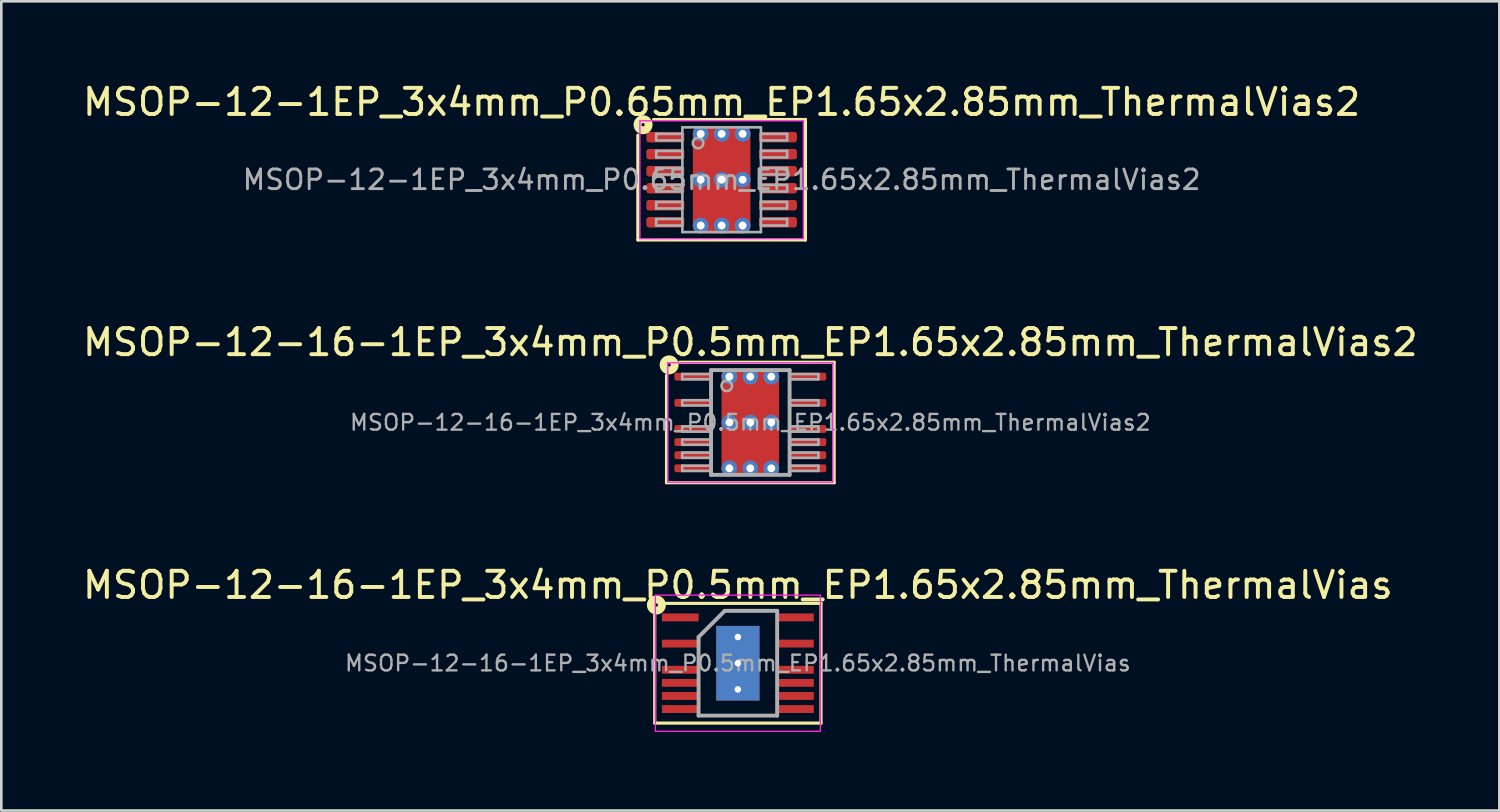
<source format=kicad_pcb>
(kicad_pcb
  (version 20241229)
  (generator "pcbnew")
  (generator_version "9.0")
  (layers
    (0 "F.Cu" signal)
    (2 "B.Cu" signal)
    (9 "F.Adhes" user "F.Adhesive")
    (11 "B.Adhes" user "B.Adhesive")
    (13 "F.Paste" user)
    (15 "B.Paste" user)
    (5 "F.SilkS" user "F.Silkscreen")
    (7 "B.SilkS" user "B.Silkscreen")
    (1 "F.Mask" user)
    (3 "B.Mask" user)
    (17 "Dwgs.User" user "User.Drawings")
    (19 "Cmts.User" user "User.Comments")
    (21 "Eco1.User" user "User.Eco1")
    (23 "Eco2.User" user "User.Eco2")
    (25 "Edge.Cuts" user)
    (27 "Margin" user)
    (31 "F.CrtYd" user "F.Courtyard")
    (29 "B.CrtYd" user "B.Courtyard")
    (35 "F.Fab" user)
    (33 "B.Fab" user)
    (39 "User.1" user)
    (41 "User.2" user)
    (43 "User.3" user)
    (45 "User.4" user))
  (footprint "MSOP-12-16-1EP_3x4mm_P0.5mm_EP1.65x2.85mm_ThermalVias2"
    (layer "F.Cu")
    (at 25.601 13.082)
    (property "Reference" "MSOP-12-16-1EP_3x4mm_P0.5mm_EP1.65x2.85mm_ThermalVias2" (at 0 -3.062 0) (layer "F.SilkS") (effects (font (size 1 1) (thickness 0.15))))
    (attr smd)
    (fp_line (start -3.2 2.3) (end -3.2 -1.8) (stroke (width 0.12) (type solid)) (layer "F.SilkS"))
    (fp_line (start -2.7 -2.3) (end 3.2 -2.3) (stroke (width 0.12) (type solid)) (layer "F.SilkS"))
    (fp_line (start 3.2 -2.3) (end 3.2 2.3) (stroke (width 0.12) (type solid)) (layer "F.SilkS"))
    (fp_line (start 3.2 2.3) (end -3.2 2.3) (stroke (width 0.12) (type solid)) (layer "F.SilkS"))
    (fp_circle (center -3.1 -2.2) (end -3.037 -2.2) (stroke (width 0.3) (type solid)) (fill no) (layer "F.SilkS"))
    (fp_line (start -3.15 -2.28) (end -3.15 2.28) (stroke (width 0.05) (type solid)) (layer "F.CrtYd"))
    (fp_line (start -3.15 -2.28) (end 3.15 -2.28) (stroke (width 0.05) (type solid)) (layer "F.CrtYd"))
    (fp_line (start -3.15 2.28) (end 3.15 2.28) (stroke (width 0.05) (type solid)) (layer "F.CrtYd"))
    (fp_line (start 3.15 -2.28) (end 3.15 2.28) (stroke (width 0.05) (type solid)) (layer "F.CrtYd"))
    (fp_line (start -2.6 -1.85) (end -2.6 -1.65) (stroke (width 0.1) (type solid)) (layer "F.Fab"))
    (fp_line (start -2.6 -1.85) (end -1.5 -1.85) (stroke (width 0.1) (type solid)) (layer "F.Fab"))
    (fp_line (start -2.6 -1.65) (end -1.5 -1.65) (stroke (width 0.1) (type solid)) (layer "F.Fab"))
    (fp_line (start -2.6 -0.85) (end -2.6 -0.65) (stroke (width 0.1) (type solid)) (layer "F.Fab"))
    (fp_line (start -2.6 -0.85) (end -1.5 -0.85) (stroke (width 0.1) (type solid)) (layer "F.Fab"))
    (fp_line (start -2.6 -0.65) (end -1.5 -0.65) (stroke (width 0.1) (type solid)) (layer "F.Fab"))
    (fp_line (start -2.6 0.15) (end -2.6 0.35) (stroke (width 0.1) (type solid)) (layer "F.Fab"))
    (fp_line (start -2.6 0.15) (end -1.5 0.15) (stroke (width 0.1) (type solid)) (layer "F.Fab"))
    (fp_line (start -2.6 0.35) (end -1.5 0.35) (stroke (width 0.1) (type solid)) (layer "F.Fab"))
    (fp_line (start -2.6 0.65) (end -2.6 0.85) (stroke (width 0.1) (type solid)) (layer "F.Fab"))
    (fp_line (start -2.6 0.65) (end -1.5 0.65) (stroke (width 0.1) (type solid)) (layer "F.Fab"))
    (fp_line (start -2.6 0.85) (end -1.5 0.85) (stroke (width 0.1) (type solid)) (layer "F.Fab"))
    (fp_line (start -2.6 1.15) (end -2.6 1.35) (stroke (width 0.1) (type solid)) (layer "F.Fab"))
    (fp_line (start -2.6 1.15) (end -1.5 1.15) (stroke (width 0.1) (type solid)) (layer "F.Fab"))
    (fp_line (start -2.6 1.35) (end -1.5 1.35) (stroke (width 0.1) (type solid)) (layer "F.Fab"))
    (fp_line (start -2.6 1.65) (end -2.6 1.85) (stroke (width 0.1) (type solid)) (layer "F.Fab"))
    (fp_line (start -2.6 1.65) (end -1.5 1.65) (stroke (width 0.1) (type solid)) (layer "F.Fab"))
    (fp_line (start -2.6 1.85) (end -1.5 1.85) (stroke (width 0.1) (type solid)) (layer "F.Fab"))
    (fp_line (start -1.5 -2) (end 1.5 -2) (stroke (width 0.15) (type solid)) (layer "F.Fab"))
    (fp_line (start -1.5 2) (end -1.5 -2) (stroke (width 0.15) (type solid)) (layer "F.Fab"))
    (fp_line (start 1.5 -2) (end 1.5 2) (stroke (width 0.15) (type solid)) (layer "F.Fab"))
    (fp_line (start 1.5 2) (end -1.5 2) (stroke (width 0.15) (type solid)) (layer "F.Fab"))
    (fp_line (start 2.6 -1.85) (end 1.5 -1.85) (stroke (width 0.1) (type solid)) (layer "F.Fab"))
    (fp_line (start 2.6 -1.65) (end 1.5 -1.65) (stroke (width 0.1) (type solid)) (layer "F.Fab"))
    (fp_line (start 2.6 -1.65) (end 2.6 -1.85) (stroke (width 0.1) (type solid)) (layer "F.Fab"))
    (fp_line (start 2.6 -0.85) (end 1.5 -0.85) (stroke (width 0.1) (type solid)) (layer "F.Fab"))
    (fp_line (start 2.6 -0.65) (end 1.5 -0.65) (stroke (width 0.1) (type solid)) (layer "F.Fab"))
    (fp_line (start 2.6 -0.65) (end 2.6 -0.85) (stroke (width 0.1) (type solid)) (layer "F.Fab"))
    (fp_line (start 2.6 0.15) (end 1.5 0.15) (stroke (width 0.1) (type solid)) (layer "F.Fab"))
    (fp_line (start 2.6 0.35) (end 1.5 0.35) (stroke (width 0.1) (type solid)) (layer "F.Fab"))
    (fp_line (start 2.6 0.35) (end 2.6 0.15) (stroke (width 0.1) (type solid)) (layer "F.Fab"))
    (fp_line (start 2.6 0.65) (end 1.5 0.65) (stroke (width 0.1) (type solid)) (layer "F.Fab"))
    (fp_line (start 2.6 0.85) (end 1.5 0.85) (stroke (width 0.1) (type solid)) (layer "F.Fab"))
    (fp_line (start 2.6 0.85) (end 2.6 0.65) (stroke (width 0.1) (type solid)) (layer "F.Fab"))
    (fp_line (start 2.6 1.15) (end 1.5 1.15) (stroke (width 0.1) (type solid)) (layer "F.Fab"))
    (fp_line (start 2.6 1.35) (end 1.5 1.35) (stroke (width 0.1) (type solid)) (layer "F.Fab"))
    (fp_line (start 2.6 1.35) (end 2.6 1.15) (stroke (width 0.1) (type solid)) (layer "F.Fab"))
    (fp_line (start 2.6 1.65) (end 1.5 1.65) (stroke (width 0.1) (type solid)) (layer "F.Fab"))
    (fp_line (start 2.6 1.85) (end 1.5 1.85) (stroke (width 0.1) (type solid)) (layer "F.Fab"))
    (fp_line (start 2.6 1.85) (end 2.6 1.65) (stroke (width 0.1) (type solid)) (layer "F.Fab"))
    (fp_circle (center -0.9 -1.4) (end -0.7 -1.4) (stroke (width 0.1) (type solid)) (fill no) (layer "F.Fab"))
    (fp_text user "${REFERENCE}" (at 0 0 0) (layer "F.Fab") (effects (font (size 0.6 0.6) (thickness 0.09))))
    (pad "" smd roundrect (at -0.41 -0.868) (size 0.67 0.835) (layers "F.Paste") (roundrect_rratio 0.25))
    (pad "" smd roundrect (at -0.41 0.868) (size 0.67 0.835) (layers "F.Paste") (roundrect_rratio 0.25))
    (pad "" smd roundrect (at 0 -0.863) (size 1.65 1.125) (layers "F.Mask") (roundrect_rratio 0.222))
    (pad "" smd roundrect (at 0 0.863) (size 1.65 1.125) (layers "F.Mask") (roundrect_rratio 0.222))
    (pad "" smd roundrect (at 0.41 -0.868) (size 0.67 0.835) (layers "F.Paste") (roundrect_rratio 0.25))
    (pad "" smd roundrect (at 0.41 0.868) (size 0.67 0.835) (layers "F.Paste") (roundrect_rratio 0.25))
    (pad "1" smd roundrect (at -2.2 -1.75) (size 1.4 0.3) (layers "F.Cu" "F.Mask" "F.Paste") (roundrect_rratio 0.25))
    (pad "3" smd roundrect (at -2.2 -0.75) (size 1.4 0.3) (layers "F.Cu" "F.Mask" "F.Paste") (roundrect_rratio 0.25))
    (pad "5" smd roundrect (at -2.2 0.25) (size 1.4 0.3) (layers "F.Cu" "F.Mask" "F.Paste") (roundrect_rratio 0.25))
    (pad "6" smd roundrect (at -2.2 0.75) (size 1.4 0.3) (layers "F.Cu" "F.Mask" "F.Paste") (roundrect_rratio 0.25))
    (pad "7" smd roundrect (at -2.2 1.25) (size 1.4 0.3) (layers "F.Cu" "F.Mask" "F.Paste") (roundrect_rratio 0.25))
    (pad "8" smd roundrect (at -2.2 1.75) (size 1.4 0.3) (layers "F.Cu" "F.Mask" "F.Paste") (roundrect_rratio 0.25))
    (pad "9" smd roundrect (at 2.2 1.75) (size 1.4 0.3) (layers "F.Cu" "F.Mask" "F.Paste") (roundrect_rratio 0.25))
    (pad "10" smd roundrect (at 2.2 1.25) (size 1.4 0.3) (layers "F.Cu" "F.Mask" "F.Paste") (roundrect_rratio 0.25))
    (pad "11" smd roundrect (at 2.2 0.75) (size 1.4 0.3) (layers "F.Cu" "F.Mask" "F.Paste") (roundrect_rratio 0.25))
    (pad "12" smd roundrect (at 2.2 0.25) (size 1.4 0.3) (layers "F.Cu" "F.Mask" "F.Paste") (roundrect_rratio 0.25))
    (pad "14" smd roundrect (at 2.2 -0.75) (size 1.4 0.3) (layers "F.Cu" "F.Mask" "F.Paste") (roundrect_rratio 0.25))
    (pad "16" smd roundrect (at 2.2 -1.75) (size 1.4 0.3) (layers "F.Cu" "F.Mask" "F.Paste") (roundrect_rratio 0.25))
    (pad "17" thru_hole circle (at -0.8 -1.75) (size 0.6 0.6) (drill 0.3) (property pad_prop_heatsink) (layers "*.Cu" "*.Mask"))
    (pad "17" thru_hole circle (at -0.8 0) (size 0.6 0.6) (drill 0.3) (property pad_prop_heatsink) (layers "*.Cu" "*.Mask"))
    (pad "17" thru_hole circle (at -0.8 1.75) (size 0.6 0.6) (drill 0.3) (property pad_prop_heatsink) (layers "*.Cu" "*.Mask"))
    (pad "17" thru_hole circle (at 0 -1.75) (size 0.6 0.6) (drill 0.3) (property pad_prop_heatsink) (layers "*.Cu" "*.Mask"))
    (pad "17" thru_hole circle (at 0 0) (size 0.6 0.6) (drill 0.3) (property pad_prop_heatsink) (layers "*.Cu" "*.Mask"))
    (pad "17" smd roundrect (at 0 0) (size 2.2 4.1) (layers "F.Cu") (roundrect_rratio 0.114))
    (pad "17" thru_hole circle (at 0 1.75) (size 0.6 0.6) (drill 0.3) (property pad_prop_heatsink) (layers "*.Cu" "*.Mask"))
    (pad "17" thru_hole circle (at 0.8 -1.75) (size 0.6 0.6) (drill 0.3) (property pad_prop_heatsink) (layers "*.Cu" "*.Mask"))
    (pad "17" thru_hole circle (at 0.8 0) (size 0.6 0.6) (drill 0.3) (property pad_prop_heatsink) (layers "*.Cu" "*.Mask"))
    (pad "17" thru_hole circle (at 0.8 1.75) (size 0.6 0.6) (drill 0.3) (property pad_prop_heatsink) (layers "*.Cu" "*.Mask")))
  (footprint "MSOP-12-16-1EP_3x4mm_P0.5mm_EP1.65x2.85mm_ThermalVias"
    (layer "F.Cu")
    (at 25.125 22.275)
    (property "Reference" "MSOP-12-16-1EP_3x4mm_P0.5mm_EP1.65x2.85mm_ThermalVias" (at 0 -2.985 0) (layer "F.SilkS") (effects (font (size 1 1) (thickness 0.15))))
    (attr smd)
    (fp_line (start -3.175 2.286) (end -3.175 -1.841) (stroke (width 0.12) (type solid)) (layer "F.SilkS"))
    (fp_line (start -2.731 -2.286) (end 3.111 -2.286) (stroke (width 0.12) (type solid)) (layer "F.SilkS"))
    (fp_line (start 3.111 -2.286) (end 3.175 -2.286) (stroke (width 0.12) (type solid)) (layer "F.SilkS"))
    (fp_line (start 3.175 -2.286) (end 3.175 2.286) (stroke (width 0.12) (type solid)) (layer "F.SilkS"))
    (fp_line (start 3.175 2.286) (end -3.175 2.286) (stroke (width 0.12) (type solid)) (layer "F.SilkS"))
    (fp_circle (center -3.111 -2.223) (end -3.048 -2.223) (stroke (width 0.3) (type solid)) (fill no) (layer "F.SilkS"))
    (fp_line (start -3.15 -2.6) (end -3.15 2.6) (stroke (width 0.05) (type solid)) (layer "F.CrtYd"))
    (fp_line (start -3.15 -2.6) (end 3.15 -2.6) (stroke (width 0.05) (type solid)) (layer "F.CrtYd"))
    (fp_line (start -3.15 2.6) (end 3.15 2.6) (stroke (width 0.05) (type solid)) (layer "F.CrtYd"))
    (fp_line (start 3.15 -2.6) (end 3.15 2.6) (stroke (width 0.05) (type solid)) (layer "F.CrtYd"))
    (fp_line (start -1.5 -1) (end -0.5 -2) (stroke (width 0.15) (type solid)) (layer "F.Fab"))
    (fp_line (start -1.5 2) (end -1.5 -1) (stroke (width 0.15) (type solid)) (layer "F.Fab"))
    (fp_line (start -0.5 -2) (end 1.5 -2) (stroke (width 0.15) (type solid)) (layer "F.Fab"))
    (fp_line (start 1.5 -2) (end 1.5 2) (stroke (width 0.15) (type solid)) (layer "F.Fab"))
    (fp_line (start 1.5 2) (end -1.5 2) (stroke (width 0.15) (type solid)) (layer "F.Fab"))
    (fp_text user "${REFERENCE}" (at 0 0 0) (layer "F.Fab") (effects (font (size 0.6 0.6) (thickness 0.09))))
    (pad "" smd rect (at -0.45 -1.25) (size 0.65 0.25) (layers "F.Paste"))
    (pad "" smd rect (at -0.45 -0.5) (size 0.65 0.8) (layers "F.Paste"))
    (pad "" smd rect (at -0.45 0.5) (size 0.65 0.8) (layers "F.Paste"))
    (pad "" smd rect (at -0.45 1.25) (size 0.65 0.25) (layers "F.Paste"))
    (pad "" smd rect (at 0.45 -1.25) (size 0.65 0.25) (layers "F.Paste"))
    (pad "" smd rect (at 0.45 -0.5) (size 0.65 0.8) (layers "F.Paste"))
    (pad "" smd rect (at 0.45 0.5) (size 0.65 0.8) (layers "F.Paste"))
    (pad "" smd rect (at 0.45 1.25) (size 0.65 0.25) (layers "F.Paste"))
    (pad "1" smd rect (at -2.2 -1.75) (size 1.4 0.3) (layers "F.Cu" "F.Mask" "F.Paste"))
    (pad "3" smd rect (at -2.2 -0.75) (size 1.4 0.3) (layers "F.Cu" "F.Mask" "F.Paste"))
    (pad "5" smd rect (at -2.2 0.25) (size 1.4 0.3) (layers "F.Cu" "F.Mask" "F.Paste"))
    (pad "6" smd rect (at -2.2 0.75) (size 1.4 0.3) (layers "F.Cu" "F.Mask" "F.Paste"))
    (pad "7" smd rect (at -2.2 1.25) (size 1.4 0.3) (layers "F.Cu" "F.Mask" "F.Paste"))
    (pad "8" smd rect (at -2.2 1.75) (size 1.4 0.3) (layers "F.Cu" "F.Mask" "F.Paste"))
    (pad "9" smd rect (at 2.2 1.75) (size 1.4 0.3) (layers "F.Cu" "F.Mask" "F.Paste"))
    (pad "10" smd rect (at 2.2 1.25) (size 1.4 0.3) (layers "F.Cu" "F.Mask" "F.Paste"))
    (pad "11" smd rect (at 2.2 0.75) (size 1.4 0.3) (layers "F.Cu" "F.Mask" "F.Paste"))
    (pad "12" smd rect (at 2.2 0.25) (size 1.4 0.3) (layers "F.Cu" "F.Mask" "F.Paste"))
    (pad "14" smd rect (at 2.2 -0.75) (size 1.4 0.3) (layers "F.Cu" "F.Mask" "F.Paste"))
    (pad "16" smd rect (at 2.2 -1.75) (size 1.4 0.3) (layers "F.Cu" "F.Mask" "F.Paste"))
    (pad "17" thru_hole circle (at 0 -1) (size 0.65 0.65) (drill 0.25) (layers "*.Cu"))
    (pad "17" thru_hole circle (at 0 0) (size 0.65 0.65) (drill 0.25) (layers "*.Cu"))
    (pad "17" smd rect (at 0 0) (size 1.65 2.85) (layers "F.Cu" "F.Mask" "F.Paste"))
    (pad "17" smd rect (at 0 0) (size 1.65 2.85) (layers "B.Cu" "B.Mask"))
    (pad "17" thru_hole circle (at 0 1) (size 0.65 0.65) (drill 0.25) (layers "*.Cu")))
  (footprint "MSOP-12-1EP_3x4mm_P0.65mm_EP1.65x2.85mm_ThermalVias2"
    (layer "F.Cu")
    (at 24.506 3.812)
    (property "Reference" "MSOP-12-1EP_3x4mm_P0.65mm_EP1.65x2.85mm_ThermalVias2" (at 0 -2.964 0) (layer "F.SilkS") (effects (font (size 1 1) (thickness 0.15))))
    (attr smd)
    (fp_line (start -3.2 2.3) (end -3.2 -1.7) (stroke (width 0.12) (type solid)) (layer "F.SilkS"))
    (fp_line (start -2.6 -2.3) (end 3.2 -2.3) (stroke (width 0.12) (type solid)) (layer "F.SilkS"))
    (fp_line (start 3.2 -2.3) (end 3.2 2.3) (stroke (width 0.12) (type solid)) (layer "F.SilkS"))
    (fp_line (start 3.2 2.3) (end -3.2 2.3) (stroke (width 0.12) (type solid)) (layer "F.SilkS"))
    (fp_circle (center -3 -2.1) (end -2.937 -2.1) (stroke (width 0.3) (type solid)) (fill no) (layer "F.SilkS"))
    (fp_line (start -3.12 -2.25) (end -3.12 2.25) (stroke (width 0.05) (type solid)) (layer "F.CrtYd"))
    (fp_line (start -3.12 2.25) (end 3.12 2.25) (stroke (width 0.05) (type solid)) (layer "F.CrtYd"))
    (fp_line (start 3.12 -2.25) (end -3.12 -2.25) (stroke (width 0.05) (type solid)) (layer "F.CrtYd"))
    (fp_line (start 3.12 2.25) (end 3.12 -2.25) (stroke (width 0.05) (type solid)) (layer "F.CrtYd"))
    (fp_line (start -2.5 -1.75) (end -2.5 -1.5) (stroke (width 0.1) (type solid)) (layer "F.Fab"))
    (fp_line (start -2.5 -1.75) (end -1.5 -1.75) (stroke (width 0.1) (type solid)) (layer "F.Fab"))
    (fp_line (start -2.5 -1.5) (end -1.5 -1.5) (stroke (width 0.1) (type solid)) (layer "F.Fab"))
    (fp_line (start -2.5 -0.45) (end -2.5 -0.2) (stroke (width 0.1) (type solid)) (layer "F.Fab"))
    (fp_line (start -2.5 -0.45) (end -1.5 -0.45) (stroke (width 0.1) (type solid)) (layer "F.Fab"))
    (fp_line (start -2.5 -0.2) (end -1.5 -0.2) (stroke (width 0.1) (type solid)) (layer "F.Fab"))
    (fp_line (start -2.5 0.2) (end -2.5 0.45) (stroke (width 0.1) (type solid)) (layer "F.Fab"))
    (fp_line (start -2.5 0.2) (end -1.5 0.2) (stroke (width 0.1) (type solid)) (layer "F.Fab"))
    (fp_line (start -2.5 0.45) (end -1.5 0.45) (stroke (width 0.1) (type solid)) (layer "F.Fab"))
    (fp_line (start -2.5 0.85) (end -2.5 1.1) (stroke (width 0.1) (type solid)) (layer "F.Fab"))
    (fp_line (start -2.5 0.85) (end -1.5 0.85) (stroke (width 0.1) (type solid)) (layer "F.Fab"))
    (fp_line (start -2.5 1.1) (end -1.5 1.1) (stroke (width 0.1) (type solid)) (layer "F.Fab"))
    (fp_line (start -2.5 1.5) (end -2.5 1.75) (stroke (width 0.1) (type solid)) (layer "F.Fab"))
    (fp_line (start -2.5 1.5) (end -1.5 1.5) (stroke (width 0.1) (type solid)) (layer "F.Fab"))
    (fp_line (start -2.5 1.75) (end -1.5 1.75) (stroke (width 0.1) (type solid)) (layer "F.Fab"))
    (fp_line (start -2.498 -1.099) (end -2.498 -0.849) (stroke (width 0.1) (type solid)) (layer "F.Fab"))
    (fp_line (start -2.498 -1.099) (end -1.498 -1.099) (stroke (width 0.1) (type solid)) (layer "F.Fab"))
    (fp_line (start -2.498 -0.849) (end -1.498 -0.849) (stroke (width 0.1) (type solid)) (layer "F.Fab"))
    (fp_line (start -1.5 -2) (end 1.5 -2) (stroke (width 0.1) (type solid)) (layer "F.Fab"))
    (fp_line (start -1.5 2) (end -1.5 -2) (stroke (width 0.1) (type solid)) (layer "F.Fab"))
    (fp_line (start 1.5 -2) (end 1.5 2) (stroke (width 0.1) (type solid)) (layer "F.Fab"))
    (fp_line (start 1.5 2) (end -1.5 2) (stroke (width 0.1) (type solid)) (layer "F.Fab"))
    (fp_line (start 2.498 0.849) (end 1.498 0.849) (stroke (width 0.1) (type solid)) (layer "F.Fab"))
    (fp_line (start 2.498 1.099) (end 1.498 1.099) (stroke (width 0.1) (type solid)) (layer "F.Fab"))
    (fp_line (start 2.498 1.099) (end 2.498 0.849) (stroke (width 0.1) (type solid)) (layer "F.Fab"))
    (fp_line (start 2.5 -1.75) (end 1.5 -1.75) (stroke (width 0.1) (type solid)) (layer "F.Fab"))
    (fp_line (start 2.5 -1.5) (end 1.5 -1.5) (stroke (width 0.1) (type solid)) (layer "F.Fab"))
    (fp_line (start 2.5 -1.5) (end 2.5 -1.75) (stroke (width 0.1) (type solid)) (layer "F.Fab"))
    (fp_line (start 2.5 -1.1) (end 1.5 -1.1) (stroke (width 0.1) (type solid)) (layer "F.Fab"))
    (fp_line (start 2.5 -0.85) (end 1.5 -0.85) (stroke (width 0.1) (type solid)) (layer "F.Fab"))
    (fp_line (start 2.5 -0.85) (end 2.5 -1.1) (stroke (width 0.1) (type solid)) (layer "F.Fab"))
    (fp_line (start 2.5 -0.45) (end 1.5 -0.45) (stroke (width 0.1) (type solid)) (layer "F.Fab"))
    (fp_line (start 2.5 -0.2) (end 1.5 -0.2) (stroke (width 0.1) (type solid)) (layer "F.Fab"))
    (fp_line (start 2.5 -0.2) (end 2.5 -0.45) (stroke (width 0.1) (type solid)) (layer "F.Fab"))
    (fp_line (start 2.5 0.2) (end 1.5 0.2) (stroke (width 0.1) (type solid)) (layer "F.Fab"))
    (fp_line (start 2.5 0.45) (end 1.5 0.45) (stroke (width 0.1) (type solid)) (layer "F.Fab"))
    (fp_line (start 2.5 0.45) (end 2.5 0.2) (stroke (width 0.1) (type solid)) (layer "F.Fab"))
    (fp_line (start 2.5 1.5) (end 1.5 1.5) (stroke (width 0.1) (type solid)) (layer "F.Fab"))
    (fp_line (start 2.5 1.75) (end 1.5 1.75) (stroke (width 0.1) (type solid)) (layer "F.Fab"))
    (fp_line (start 2.5 1.75) (end 2.5 1.5) (stroke (width 0.1) (type solid)) (layer "F.Fab"))
    (fp_circle (center -0.9 -1.4) (end -0.7 -1.4) (stroke (width 0.1) (type solid)) (fill no) (layer "F.Fab"))
    (fp_text user "${REFERENCE}" (at 0 0 0) (layer "F.Fab") (effects (font (size 0.75 0.75) (thickness 0.11))))
    (pad "" smd roundrect (at -0.41 -0.868) (size 0.67 0.835) (layers "F.Paste") (roundrect_rratio 0.25))
    (pad "" smd roundrect (at -0.41 0.868) (size 0.67 0.835) (layers "F.Paste") (roundrect_rratio 0.25))
    (pad "" smd roundrect (at 0 -0.863) (size 1.65 1.125) (layers "F.Mask") (roundrect_rratio 0.222))
    (pad "" smd roundrect (at 0 0.863) (size 1.65 1.125) (layers "F.Mask") (roundrect_rratio 0.222))
    (pad "" smd roundrect (at 0.41 -0.868) (size 0.67 0.835) (layers "F.Paste") (roundrect_rratio 0.25))
    (pad "" smd roundrect (at 0.41 0.868) (size 0.67 0.835) (layers "F.Paste") (roundrect_rratio 0.25))
    (pad "1" smd roundrect (at -2.15 -1.625) (size 1.45 0.4) (layers "F.Cu" "F.Mask" "F.Paste") (roundrect_rratio 0.25))
    (pad "2" smd roundrect (at -2.15 -0.975) (size 1.45 0.4) (layers "F.Cu" "F.Mask" "F.Paste") (roundrect_rratio 0.25))
    (pad "3" smd roundrect (at -2.15 -0.325) (size 1.45 0.4) (layers "F.Cu" "F.Mask" "F.Paste") (roundrect_rratio 0.25))
    (pad "4" smd roundrect (at -2.15 0.325) (size 1.45 0.4) (layers "F.Cu" "F.Mask" "F.Paste") (roundrect_rratio 0.25))
    (pad "5" smd roundrect (at -2.15 0.975) (size 1.45 0.4) (layers "F.Cu" "F.Mask" "F.Paste") (roundrect_rratio 0.25))
    (pad "6" smd roundrect (at -2.15 1.625) (size 1.45 0.4) (layers "F.Cu" "F.Mask" "F.Paste") (roundrect_rratio 0.25))
    (pad "7" smd roundrect (at 2.15 1.625) (size 1.45 0.4) (layers "F.Cu" "F.Mask" "F.Paste") (roundrect_rratio 0.25))
    (pad "8" smd roundrect (at 2.15 0.975) (size 1.45 0.4) (layers "F.Cu" "F.Mask" "F.Paste") (roundrect_rratio 0.25))
    (pad "9" smd roundrect (at 2.15 0.325) (size 1.45 0.4) (layers "F.Cu" "F.Mask" "F.Paste") (roundrect_rratio 0.25))
    (pad "10" smd roundrect (at 2.15 -0.325) (size 1.45 0.4) (layers "F.Cu" "F.Mask" "F.Paste") (roundrect_rratio 0.25))
    (pad "11" smd roundrect (at 2.15 -0.975) (size 1.45 0.4) (layers "F.Cu" "F.Mask" "F.Paste") (roundrect_rratio 0.25))
    (pad "12" smd roundrect (at 2.15 -1.625) (size 1.45 0.4) (layers "F.Cu" "F.Mask" "F.Paste") (roundrect_rratio 0.25))
    (pad "13" thru_hole circle (at -0.8 -1.75) (size 0.6 0.6) (drill 0.3) (property pad_prop_heatsink) (layers "*.Cu" "*.Mask"))
    (pad "13" thru_hole circle (at -0.8 0) (size 0.6 0.6) (drill 0.3) (property pad_prop_heatsink) (layers "*.Cu" "*.Mask"))
    (pad "13" thru_hole circle (at -0.8 1.75) (size 0.6 0.6) (drill 0.3) (property pad_prop_heatsink) (layers "*.Cu" "*.Mask"))
    (pad "13" thru_hole circle (at 0 -1.75) (size 0.6 0.6) (drill 0.3) (property pad_prop_heatsink) (layers "*.Cu" "*.Mask"))
    (pad "13" thru_hole circle (at 0 0) (size 0.6 0.6) (drill 0.3) (property pad_prop_heatsink) (layers "*.Cu" "*.Mask"))
    (pad "13" smd roundrect (at 0 0) (size 2.2 4.1) (layers "F.Cu") (roundrect_rratio 0.114))
    (pad "13" thru_hole circle (at 0 1.75) (size 0.6 0.6) (drill 0.3) (property pad_prop_heatsink) (layers "*.Cu" "*.Mask"))
    (pad "13" thru_hole circle (at 0.8 -1.75) (size 0.6 0.6) (drill 0.3) (property pad_prop_heatsink) (layers "*.Cu" "*.Mask"))
    (pad "13" thru_hole circle (at 0.8 0) (size 0.6 0.6) (drill 0.3) (property pad_prop_heatsink) (layers "*.Cu" "*.Mask"))
    (pad "13" thru_hole circle (at 0.8 1.75) (size 0.6 0.6) (drill 0.3) (property pad_prop_heatsink) (layers "*.Cu" "*.Mask")))
  (gr_rect
    (start -3 -3)
    (end 54.202 27.9)
    (stroke (width 0.1) (type default))
    (fill no)
    (layer "Edge.Cuts")))
</source>
